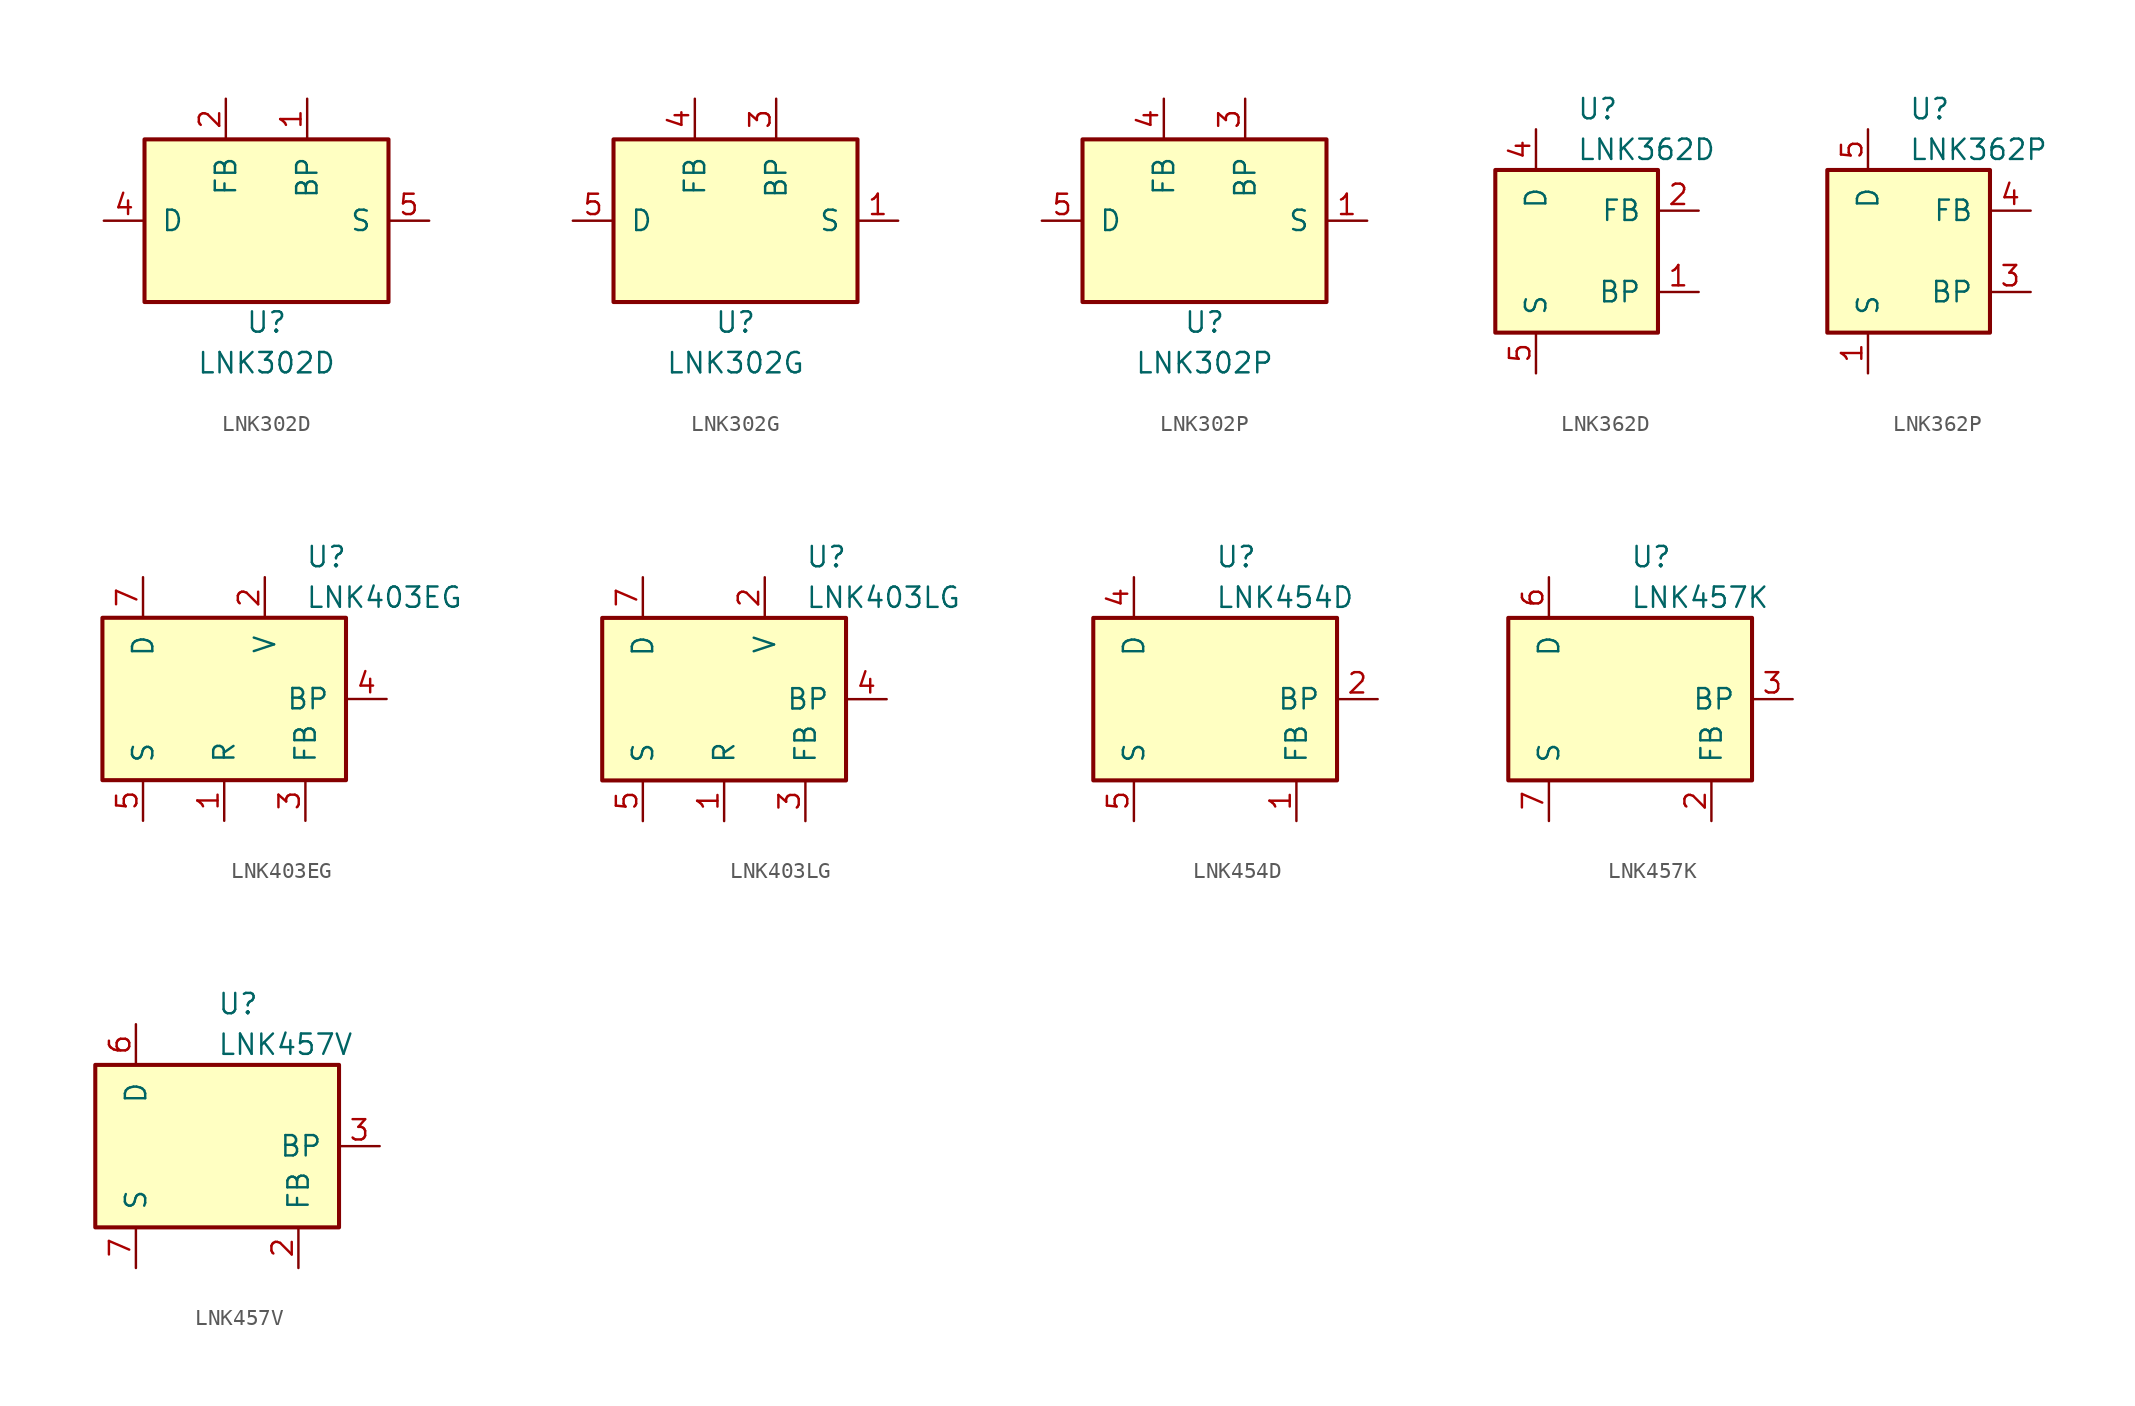
<source format=kicad_sym>
(kicad_symbol_lib
  (version 20211014)
  (generator kicad_symbol_editor)
  (symbol "LNK302D"
    (pin_names
      (offset 1.016))
    (property "Reference" "U"
      (at 0 -6.35 0)
      (effects (font (size 1.27 1.27))))
    (property "Value" "LNK302D"
      (at 0 -8.89 0)
      (effects (font (size 1.27 1.27))))
    (symbol "LNK302D_0_1"
      (rectangle (start -7.62 5.08) (end 7.62 -5.08) (stroke (width 0.254) (type default) (color 0 0 0 0)) (fill (type background))))
    (symbol "LNK302D_1_1"
      (pin input line (at 2.54 7.62 270) (length 2.54) (name "BP" (effects (font (size 1.27 1.27)))) (number "1" (effects (font (size 1.27 1.27)))))
      (pin input line (at -2.54 7.62 270) (length 2.54) (name "FB" (effects (font (size 1.27 1.27)))) (number "2" (effects (font (size 1.27 1.27)))))
      (pin open_collector line (at -10.16 0 0) (length 2.54) (name "D" (effects (font (size 1.27 1.27)))) (number "4" (effects (font (size 1.27 1.27)))))
      (pin open_emitter line (at 10.16 0 180) (length 2.54) (name "S" (effects (font (size 1.27 1.27)))) (number "5" (effects (font (size 1.27 1.27)))))
      (pin open_emitter line (at 10.16 0 180) (length 2.54) hide (name "S" (effects (font (size 1.27 1.27)))) (number "6" (effects (font (size 1.27 1.27)))))
      (pin open_emitter line (at 10.16 0 180) (length 2.54) hide (name "S" (effects (font (size 1.27 1.27)))) (number "7" (effects (font (size 1.27 1.27)))))
      (pin open_emitter line (at 10.16 0 180) (length 2.54) hide (name "S" (effects (font (size 1.27 1.27)))) (number "8" (effects (font (size 1.27 1.27)))))))
  (symbol "LNK302G"
    (pin_names
      (offset 1.016))
    (property "Reference" "U"
      (at 0 -6.35 0)
      (effects (font (size 1.27 1.27))))
    (property "Value" "LNK302G"
      (at 0 -8.89 0)
      (effects (font (size 1.27 1.27))))
    (symbol "LNK302G_0_1"
      (rectangle (start -7.62 5.08) (end 7.62 -5.08) (stroke (width 0.254) (type default) (color 0 0 0 0)) (fill (type background))))
    (symbol "LNK302G_1_1"
      (pin open_emitter line (at 10.16 0 180) (length 2.54) (name "S" (effects (font (size 1.27 1.27)))) (number "1" (effects (font (size 1.27 1.27)))))
      (pin open_emitter line (at 10.16 0 180) (length 2.54) hide (name "S" (effects (font (size 1.27 1.27)))) (number "2" (effects (font (size 1.27 1.27)))))
      (pin input line (at 2.54 7.62 270) (length 2.54) (name "BP" (effects (font (size 1.27 1.27)))) (number "3" (effects (font (size 1.27 1.27)))))
      (pin input line (at -2.54 7.62 270) (length 2.54) (name "FB" (effects (font (size 1.27 1.27)))) (number "4" (effects (font (size 1.27 1.27)))))
      (pin open_collector line (at -10.16 0 0) (length 2.54) (name "D" (effects (font (size 1.27 1.27)))) (number "5" (effects (font (size 1.27 1.27)))))
      (pin open_emitter line (at 10.16 0 180) (length 2.54) hide (name "S" (effects (font (size 1.27 1.27)))) (number "7" (effects (font (size 1.27 1.27)))))
      (pin open_emitter line (at 10.16 0 180) (length 2.54) hide (name "S" (effects (font (size 1.27 1.27)))) (number "8" (effects (font (size 1.27 1.27)))))))
  (symbol "LNK302P"
    (pin_names
      (offset 1.016))
    (property "Reference" "U"
      (at 0 -6.35 0)
      (effects (font (size 1.27 1.27))))
    (property "Value" "LNK302P"
      (at 0 -8.89 0)
      (effects (font (size 1.27 1.27))))
    (symbol "LNK302P_0_1"
      (rectangle (start -7.62 5.08) (end 7.62 -5.08) (stroke (width 0.254) (type default) (color 0 0 0 0)) (fill (type background))))
    (symbol "LNK302P_1_1"
      (pin open_emitter line (at 10.16 0 180) (length 2.54) (name "S" (effects (font (size 1.27 1.27)))) (number "1" (effects (font (size 1.27 1.27)))))
      (pin open_emitter line (at 10.16 0 180) (length 2.54) hide (name "S" (effects (font (size 1.27 1.27)))) (number "2" (effects (font (size 1.27 1.27)))))
      (pin input line (at 2.54 7.62 270) (length 2.54) (name "BP" (effects (font (size 1.27 1.27)))) (number "3" (effects (font (size 1.27 1.27)))))
      (pin input line (at -2.54 7.62 270) (length 2.54) (name "FB" (effects (font (size 1.27 1.27)))) (number "4" (effects (font (size 1.27 1.27)))))
      (pin open_collector line (at -10.16 0 0) (length 2.54) (name "D" (effects (font (size 1.27 1.27)))) (number "5" (effects (font (size 1.27 1.27)))))
      (pin open_emitter line (at 10.16 0 180) (length 2.54) hide (name "S" (effects (font (size 1.27 1.27)))) (number "7" (effects (font (size 1.27 1.27)))))
      (pin open_emitter line (at 10.16 0 180) (length 2.54) hide (name "S" (effects (font (size 1.27 1.27)))) (number "8" (effects (font (size 1.27 1.27)))))))
  (symbol "LNK362D"
    (pin_names
      (offset 1.016))
    (property "Reference" "U"
      (at 0 8.89 0)
      (effects (font (size 1.27 1.27)) (justify left)))
    (property "Value" "LNK362D"
      (at 0 6.35 0)
      (effects (font (size 1.27 1.27)) (justify left)))
    (symbol "LNK362D_0_1"
      (rectangle (start -5.08 5.08) (end 5.08 -5.08) (stroke (width 0.254) (type default) (color 0 0 0 0)) (fill (type background))))
    (symbol "LNK362D_1_1"
      (pin input line (at 7.62 -2.54 180) (length 2.54) (name "BP" (effects (font (size 1.27 1.27)))) (number "1" (effects (font (size 1.27 1.27)))))
      (pin input line (at 7.62 2.54 180) (length 2.54) (name "FB" (effects (font (size 1.27 1.27)))) (number "2" (effects (font (size 1.27 1.27)))))
      (pin open_collector line (at -2.54 7.62 270) (length 2.54) (name "D" (effects (font (size 1.27 1.27)))) (number "4" (effects (font (size 1.27 1.27)))))
      (pin open_emitter line (at -2.54 -7.62 90) (length 2.54) (name "S" (effects (font (size 1.27 1.27)))) (number "5" (effects (font (size 1.27 1.27)))))
      (pin open_emitter line (at -2.54 -7.62 90) (length 2.54) hide (name "S" (effects (font (size 1.27 1.27)))) (number "6" (effects (font (size 1.27 1.27)))))
      (pin open_emitter line (at -2.54 -7.62 90) (length 2.54) hide (name "S" (effects (font (size 1.27 1.27)))) (number "7" (effects (font (size 1.27 1.27)))))
      (pin open_emitter line (at -2.54 -7.62 90) (length 2.54) hide (name "S" (effects (font (size 1.27 1.27)))) (number "8" (effects (font (size 1.27 1.27)))))))
  (symbol "LNK362P"
    (pin_names
      (offset 1.016))
    (property "Reference" "U"
      (at 0 8.89 0)
      (effects (font (size 1.27 1.27)) (justify left)))
    (property "Value" "LNK362P"
      (at 0 6.35 0)
      (effects (font (size 1.27 1.27)) (justify left)))
    (symbol "LNK362P_0_1"
      (rectangle (start -5.08 5.08) (end 5.08 -5.08) (stroke (width 0.254) (type default) (color 0 0 0 0)) (fill (type background))))
    (symbol "LNK362P_1_1"
      (pin open_emitter line (at -2.54 -7.62 90) (length 2.54) (name "S" (effects (font (size 1.27 1.27)))) (number "1" (effects (font (size 1.27 1.27)))))
      (pin open_emitter line (at -2.54 -7.62 90) (length 2.54) hide (name "S" (effects (font (size 1.27 1.27)))) (number "2" (effects (font (size 1.27 1.27)))))
      (pin input line (at 7.62 -2.54 180) (length 2.54) (name "BP" (effects (font (size 1.27 1.27)))) (number "3" (effects (font (size 1.27 1.27)))))
      (pin input line (at 7.62 2.54 180) (length 2.54) (name "FB" (effects (font (size 1.27 1.27)))) (number "4" (effects (font (size 1.27 1.27)))))
      (pin open_collector line (at -2.54 7.62 270) (length 2.54) (name "D" (effects (font (size 1.27 1.27)))) (number "5" (effects (font (size 1.27 1.27)))))
      (pin open_emitter line (at -2.54 -7.62 90) (length 2.54) hide (name "S" (effects (font (size 1.27 1.27)))) (number "7" (effects (font (size 1.27 1.27)))))
      (pin open_emitter line (at -2.54 -7.62 90) (length 2.54) hide (name "S" (effects (font (size 1.27 1.27)))) (number "8" (effects (font (size 1.27 1.27)))))))
  (symbol "LNK403EG"
    (pin_names
      (offset 1.016))
    (property "Reference" "U"
      (at 5.08 8.89 0)
      (effects (font (size 1.27 1.27)) (justify left)))
    (property "Value" "LNK403EG"
      (at 5.08 6.35 0)
      (effects (font (size 1.27 1.27)) (justify left)))
    (symbol "LNK403EG_0_1"
      (rectangle (start -7.62 5.08) (end 7.62 -5.08) (stroke (width 0.254) (type default) (color 0 0 0 0)) (fill (type background))))
    (symbol "LNK403EG_1_1"
      (pin input line (at 0 -7.62 90) (length 2.54) (name "R" (effects (font (size 1.27 1.27)))) (number "1" (effects (font (size 1.27 1.27)))))
      (pin input line (at 2.54 7.62 270) (length 2.54) (name "V" (effects (font (size 1.27 1.27)))) (number "2" (effects (font (size 1.27 1.27)))))
      (pin input line (at 5.08 -7.62 90) (length 2.54) (name "FB" (effects (font (size 1.27 1.27)))) (number "3" (effects (font (size 1.27 1.27)))))
      (pin input line (at 10.16 0 180) (length 2.54) (name "BP" (effects (font (size 1.27 1.27)))) (number "4" (effects (font (size 1.27 1.27)))))
      (pin open_emitter line (at -5.08 -7.62 90) (length 2.54) (name "S" (effects (font (size 1.27 1.27)))) (number "5" (effects (font (size 1.27 1.27)))))
      (pin open_collector line (at -5.08 7.62 270) (length 2.54) (name "D" (effects (font (size 1.27 1.27)))) (number "7" (effects (font (size 1.27 1.27)))))))
  (symbol "LNK403LG"
    (pin_names
      (offset 1.016))
    (property "Reference" "U"
      (at 5.08 8.89 0)
      (effects (font (size 1.27 1.27)) (justify left)))
    (property "Value" "LNK403LG"
      (at 5.08 6.35 0)
      (effects (font (size 1.27 1.27)) (justify left)))
    (symbol "LNK403LG_0_1"
      (rectangle (start -7.62 5.08) (end 7.62 -5.08) (stroke (width 0.254) (type default) (color 0 0 0 0)) (fill (type background))))
    (symbol "LNK403LG_1_1"
      (pin input line (at 0 -7.62 90) (length 2.54) (name "R" (effects (font (size 1.27 1.27)))) (number "1" (effects (font (size 1.27 1.27)))))
      (pin input line (at 2.54 7.62 270) (length 2.54) (name "V" (effects (font (size 1.27 1.27)))) (number "2" (effects (font (size 1.27 1.27)))))
      (pin input line (at 5.08 -7.62 90) (length 2.54) (name "FB" (effects (font (size 1.27 1.27)))) (number "3" (effects (font (size 1.27 1.27)))))
      (pin input line (at 10.16 0 180) (length 2.54) (name "BP" (effects (font (size 1.27 1.27)))) (number "4" (effects (font (size 1.27 1.27)))))
      (pin open_emitter line (at -5.08 -7.62 90) (length 2.54) (name "S" (effects (font (size 1.27 1.27)))) (number "5" (effects (font (size 1.27 1.27)))))
      (pin open_collector line (at -5.08 7.62 270) (length 2.54) (name "D" (effects (font (size 1.27 1.27)))) (number "7" (effects (font (size 1.27 1.27)))))))
  (symbol "LNK454D"
    (pin_names
      (offset 1.016))
    (property "Reference" "U"
      (at 0 8.89 0)
      (effects (font (size 1.27 1.27)) (justify left)))
    (property "Value" "LNK454D"
      (at 0 6.35 0)
      (effects (font (size 1.27 1.27)) (justify left)))
    (symbol "LNK454D_0_1"
      (rectangle (start -7.62 5.08) (end 7.62 -5.08) (stroke (width 0.254) (type default) (color 0 0 0 0)) (fill (type background))))
    (symbol "LNK454D_1_1"
      (pin input line (at 5.08 -7.62 90) (length 2.54) (name "FB" (effects (font (size 1.27 1.27)))) (number "1" (effects (font (size 1.27 1.27)))))
      (pin input line (at 10.16 0 180) (length 2.54) (name "BP" (effects (font (size 1.27 1.27)))) (number "2" (effects (font (size 1.27 1.27)))))
      (pin open_collector line (at -5.08 7.62 270) (length 2.54) (name "D" (effects (font (size 1.27 1.27)))) (number "4" (effects (font (size 1.27 1.27)))))
      (pin open_emitter line (at -5.08 -7.62 90) (length 2.54) (name "S" (effects (font (size 1.27 1.27)))) (number "5" (effects (font (size 1.27 1.27)))))
      (pin open_emitter line (at -5.08 -7.62 90) (length 2.54) hide (name "S" (effects (font (size 1.27 1.27)))) (number "6" (effects (font (size 1.27 1.27)))))
      (pin open_emitter line (at -5.08 -7.62 90) (length 2.54) hide (name "S" (effects (font (size 1.27 1.27)))) (number "7" (effects (font (size 1.27 1.27)))))
      (pin open_emitter line (at -5.08 -7.62 90) (length 2.54) hide (name "S" (effects (font (size 1.27 1.27)))) (number "8" (effects (font (size 1.27 1.27)))))))
  (symbol "LNK457K"
    (pin_names
      (offset 1.016))
    (property "Reference" "U"
      (at 0 8.89 0)
      (effects (font (size 1.27 1.27)) (justify left)))
    (property "Value" "LNK457K"
      (at 0 6.35 0)
      (effects (font (size 1.27 1.27)) (justify left)))
    (symbol "LNK457K_0_1"
      (rectangle (start -7.62 5.08) (end 7.62 -5.08) (stroke (width 0.254) (type default) (color 0 0 0 0)) (fill (type background))))
    (symbol "LNK457K_1_1"
      (pin no_connect line (at -2.54 5.08 270) (length 2.54) hide (name "NC" (effects (font (size 1.27 1.27)))) (number "1" (effects (font (size 1.27 1.27)))))
      (pin open_emitter line (at -5.08 -7.62 90) (length 2.54) hide (name "S" (effects (font (size 1.27 1.27)))) (number "10" (effects (font (size 1.27 1.27)))))
      (pin open_emitter line (at -5.08 -7.62 90) (length 2.54) hide (name "S" (effects (font (size 1.27 1.27)))) (number "11" (effects (font (size 1.27 1.27)))))
      (pin open_emitter line (at -5.08 -7.62 90) (length 2.54) hide (name "S" (effects (font (size 1.27 1.27)))) (number "12" (effects (font (size 1.27 1.27)))))
      (pin open_emitter line (at -5.08 -7.62 90) (length 2.54) hide (name "S" (effects (font (size 1.27 1.27)))) (number "13" (effects (font (size 1.27 1.27)))))
      (pin input line (at 5.08 -7.62 90) (length 2.54) (name "FB" (effects (font (size 1.27 1.27)))) (number "2" (effects (font (size 1.27 1.27)))))
      (pin input line (at 10.16 0 180) (length 2.54) (name "BP" (effects (font (size 1.27 1.27)))) (number "3" (effects (font (size 1.27 1.27)))))
      (pin no_connect line (at 0 5.08 270) (length 2.54) hide (name "NC" (effects (font (size 1.27 1.27)))) (number "4" (effects (font (size 1.27 1.27)))))
      (pin open_collector line (at -5.08 7.62 270) (length 2.54) (name "D" (effects (font (size 1.27 1.27)))) (number "6" (effects (font (size 1.27 1.27)))))
      (pin open_emitter line (at -5.08 -7.62 90) (length 2.54) (name "S" (effects (font (size 1.27 1.27)))) (number "7" (effects (font (size 1.27 1.27)))))
      (pin open_emitter line (at -5.08 -7.62 90) (length 2.54) hide (name "S" (effects (font (size 1.27 1.27)))) (number "8" (effects (font (size 1.27 1.27)))))
      (pin open_emitter line (at -5.08 -7.62 90) (length 2.54) hide (name "S" (effects (font (size 1.27 1.27)))) (number "9" (effects (font (size 1.27 1.27)))))))
  (symbol "LNK457V"
    (pin_names
      (offset 1.016))
    (property "Reference" "U"
      (at 0 8.89 0)
      (effects (font (size 1.27 1.27)) (justify left)))
    (property "Value" "LNK457V"
      (at 0 6.35 0)
      (effects (font (size 1.27 1.27)) (justify left)))
    (symbol "LNK457V_0_1"
      (rectangle (start -7.62 5.08) (end 7.62 -5.08) (stroke (width 0.254) (type default) (color 0 0 0 0)) (fill (type background))))
    (symbol "LNK457V_1_1"
      (pin no_connect line (at -2.54 5.08 270) (length 2.54) hide (name "NC" (effects (font (size 1.27 1.27)))) (number "1" (effects (font (size 1.27 1.27)))))
      (pin open_emitter line (at -5.08 -7.62 90) (length 2.54) hide (name "S" (effects (font (size 1.27 1.27)))) (number "10" (effects (font (size 1.27 1.27)))))
      (pin open_emitter line (at -5.08 -7.62 90) (length 2.54) hide (name "S" (effects (font (size 1.27 1.27)))) (number "11" (effects (font (size 1.27 1.27)))))
      (pin open_emitter line (at -5.08 -7.62 90) (length 2.54) hide (name "S" (effects (font (size 1.27 1.27)))) (number "12" (effects (font (size 1.27 1.27)))))
      (pin input line (at 5.08 -7.62 90) (length 2.54) (name "FB" (effects (font (size 1.27 1.27)))) (number "2" (effects (font (size 1.27 1.27)))))
      (pin input line (at 10.16 0 180) (length 2.54) (name "BP" (effects (font (size 1.27 1.27)))) (number "3" (effects (font (size 1.27 1.27)))))
      (pin no_connect line (at 0 5.08 270) (length 2.54) hide (name "NC" (effects (font (size 1.27 1.27)))) (number "4" (effects (font (size 1.27 1.27)))))
      (pin open_collector line (at -5.08 7.62 270) (length 2.54) (name "D" (effects (font (size 1.27 1.27)))) (number "6" (effects (font (size 1.27 1.27)))))
      (pin open_emitter line (at -5.08 -7.62 90) (length 2.54) (name "S" (effects (font (size 1.27 1.27)))) (number "7" (effects (font (size 1.27 1.27)))))
      (pin open_emitter line (at -5.08 -7.62 90) (length 2.54) hide (name "S" (effects (font (size 1.27 1.27)))) (number "8" (effects (font (size 1.27 1.27)))))
      (pin open_emitter line (at -5.08 -7.62 90) (length 2.54) hide (name "S" (effects (font (size 1.27 1.27)))) (number "9" (effects (font (size 1.27 1.27))))))))
</source>
